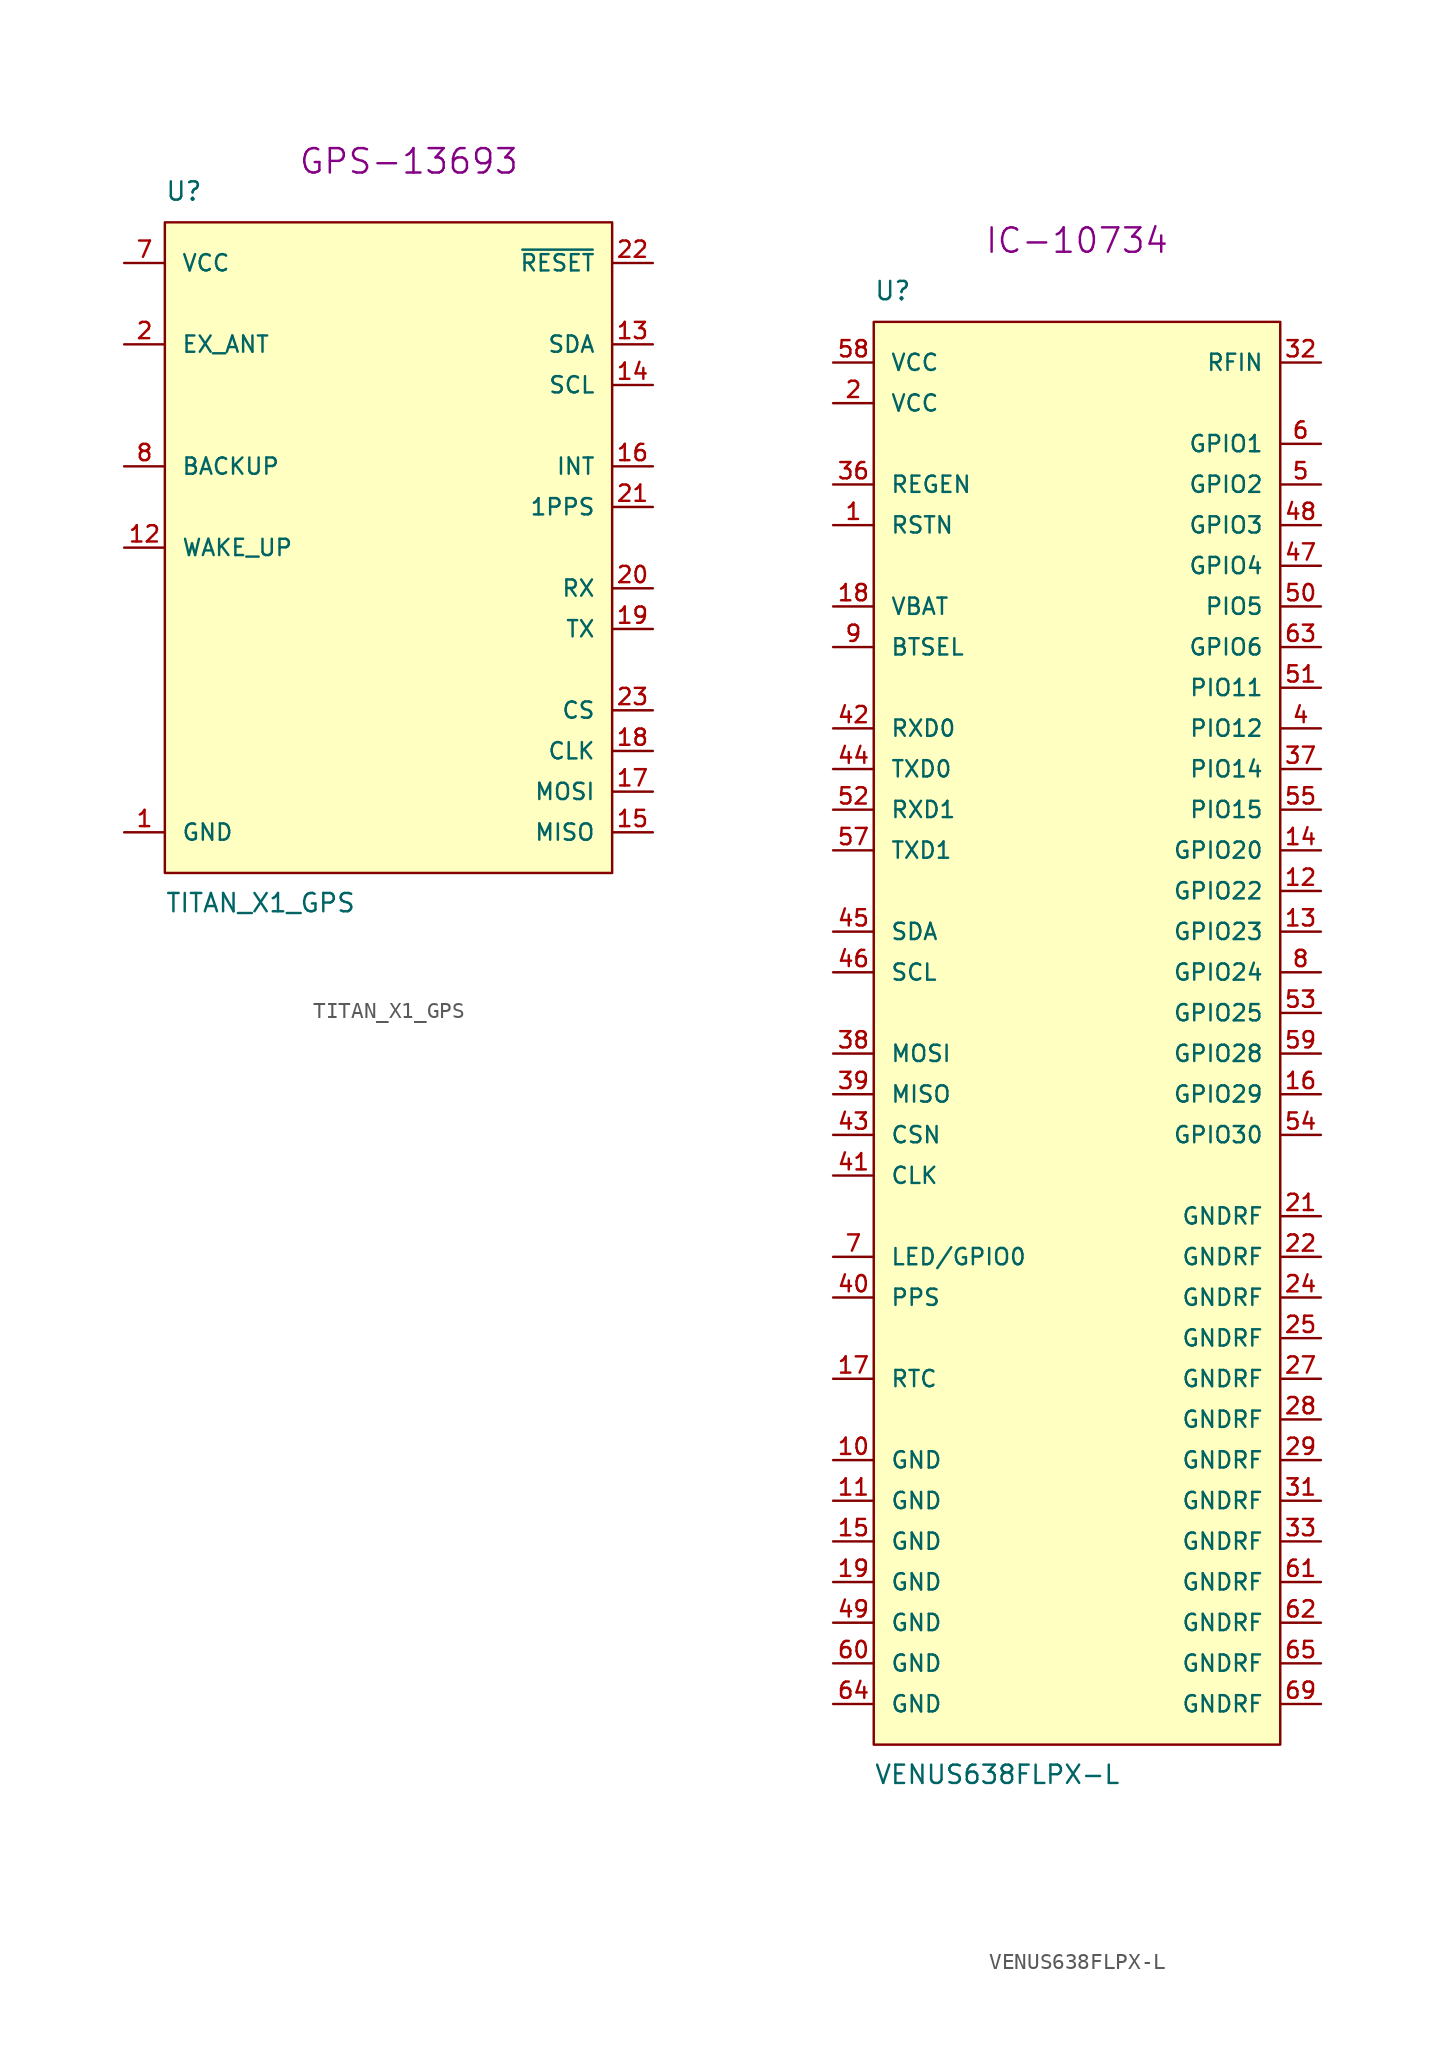
<source format=kicad_sym>
(kicad_symbol_lib
  (version 20211014)
  (generator kicad_symbol_editor)
  (symbol "TITAN_X1_GPS"
    (pin_names
      (offset 1.016))
    (property "Reference" "U"
      (at -15.24 21.59 0)
      (effects (font (size 1.143 1.143)) (justify left bottom)))
    (property "Value" "TITAN_X1_GPS"
      (at -15.24 -22.86 0)
      (effects (font (size 1.143 1.143)) (justify left bottom)))
    (property "Field4" "GPS-13693"
      (at 0 24.13 0)
      (effects (font (size 1.524 1.524))))
    (property "ki_locked" ""
      (at 0 0 0)
      (effects (font (size 1.27 1.27))))
    (symbol "TITAN_X1_GPS_1_1"
      (polyline (pts (xy -15.24 -20.32) (xy -15.24 20.32) (xy 12.7 20.32) (xy 12.7 -20.32) (xy -15.24 -20.32)) (stroke (width 0) (type default) (color 0 0 0 0)) (fill (type background)))
      (pin bidirectional line (at -17.78 -17.78 0) (length 2.54) (name "GND" (effects (font (size 1.016 1.016)))) (number "1" (effects (font (size 1.016 1.016)))))
      (pin bidirectional line (at -17.78 -17.78 0) (length 2.54) hide (name "GND" (effects (font (size 1.016 1.016)))) (number "10" (effects (font (size 1.016 1.016)))))
      (pin bidirectional line (at -17.78 -17.78 0) (length 2.54) hide (name "GND" (effects (font (size 1.016 1.016)))) (number "11" (effects (font (size 1.016 1.016)))))
      (pin bidirectional line (at -17.78 0 0) (length 2.54) (name "WAKE_UP" (effects (font (size 1.016 1.016)))) (number "12" (effects (font (size 1.016 1.016)))))
      (pin bidirectional line (at 15.24 12.7 180) (length 2.54) (name "SDA" (effects (font (size 1.016 1.016)))) (number "13" (effects (font (size 1.016 1.016)))))
      (pin bidirectional line (at 15.24 10.16 180) (length 2.54) (name "SCL" (effects (font (size 1.016 1.016)))) (number "14" (effects (font (size 1.016 1.016)))))
      (pin bidirectional line (at 15.24 -17.78 180) (length 2.54) (name "MISO" (effects (font (size 1.016 1.016)))) (number "15" (effects (font (size 1.016 1.016)))))
      (pin bidirectional line (at 15.24 5.08 180) (length 2.54) (name "INT" (effects (font (size 1.016 1.016)))) (number "16" (effects (font (size 1.016 1.016)))))
      (pin bidirectional line (at 15.24 -15.24 180) (length 2.54) (name "MOSI" (effects (font (size 1.016 1.016)))) (number "17" (effects (font (size 1.016 1.016)))))
      (pin bidirectional line (at 15.24 -12.7 180) (length 2.54) (name "CLK" (effects (font (size 1.016 1.016)))) (number "18" (effects (font (size 1.016 1.016)))))
      (pin bidirectional line (at 15.24 -5.08 180) (length 2.54) (name "TX" (effects (font (size 1.016 1.016)))) (number "19" (effects (font (size 1.016 1.016)))))
      (pin bidirectional line (at -17.78 12.7 0) (length 2.54) (name "EX_ANT" (effects (font (size 1.016 1.016)))) (number "2" (effects (font (size 1.016 1.016)))))
      (pin bidirectional line (at 15.24 -2.54 180) (length 2.54) (name "RX" (effects (font (size 1.016 1.016)))) (number "20" (effects (font (size 1.016 1.016)))))
      (pin bidirectional line (at 15.24 2.54 180) (length 2.54) (name "1PPS" (effects (font (size 1.016 1.016)))) (number "21" (effects (font (size 1.016 1.016)))))
      (pin bidirectional line (at 15.24 17.78 180) (length 2.54) (name "~{RESET}" (effects (font (size 1.016 1.016)))) (number "22" (effects (font (size 1.016 1.016)))))
      (pin bidirectional line (at 15.24 -10.16 180) (length 2.54) (name "CS" (effects (font (size 1.016 1.016)))) (number "23" (effects (font (size 1.016 1.016)))))
      (pin bidirectional line (at -17.78 -17.78 0) (length 2.54) hide (name "GND" (effects (font (size 1.016 1.016)))) (number "24" (effects (font (size 1.016 1.016)))))
      (pin bidirectional line (at -17.78 -17.78 0) (length 2.54) hide (name "GND" (effects (font (size 1.016 1.016)))) (number "3" (effects (font (size 1.016 1.016)))))
      (pin bidirectional line (at -17.78 -17.78 0) (length 2.54) hide (name "GND" (effects (font (size 1.016 1.016)))) (number "4" (effects (font (size 1.016 1.016)))))
      (pin bidirectional line (at -17.78 -17.78 0) (length 2.54) hide (name "GND" (effects (font (size 1.016 1.016)))) (number "5" (effects (font (size 1.016 1.016)))))
      (pin bidirectional line (at -17.78 -17.78 0) (length 2.54) hide (name "GND" (effects (font (size 1.016 1.016)))) (number "6" (effects (font (size 1.016 1.016)))))
      (pin bidirectional line (at -17.78 17.78 0) (length 2.54) (name "VCC" (effects (font (size 1.016 1.016)))) (number "7" (effects (font (size 1.016 1.016)))))
      (pin bidirectional line (at -17.78 5.08 0) (length 2.54) (name "BACKUP" (effects (font (size 1.016 1.016)))) (number "8" (effects (font (size 1.016 1.016)))))
      (pin bidirectional line (at -17.78 -17.78 0) (length 2.54) hide (name "GND" (effects (font (size 1.016 1.016)))) (number "9" (effects (font (size 1.016 1.016)))))))
  (symbol "VENUS638FLPX-L"
    (pin_names
      (offset 1.016))
    (property "Reference" "U"
      (at -12.7 41.91 0)
      (effects (font (size 1.143 1.143)) (justify left bottom)))
    (property "Value" "VENUS638FLPX-L"
      (at -12.7 -50.8 0)
      (effects (font (size 1.143 1.143)) (justify left bottom)))
    (property "Field4" "IC-10734"
      (at 0 45.72 0)
      (effects (font (size 1.524 1.524))))
    (property "ki_locked" ""
      (at 0 0 0)
      (effects (font (size 1.27 1.27))))
    (symbol "VENUS638FLPX-L_1_1"
      (polyline (pts (xy -12.7 -48.26) (xy 12.7 -48.26) (xy 12.7 40.64) (xy -12.7 40.64) (xy -12.7 -48.26)) (stroke (width 0) (type default) (color 0 0 0 0)) (fill (type background)))
      (pin bidirectional line (at -15.24 27.94 0) (length 2.54) (name "RSTN" (effects (font (size 1.016 1.016)))) (number "1" (effects (font (size 1.016 1.016)))))
      (pin bidirectional line (at -15.24 -30.48 0) (length 2.54) (name "GND" (effects (font (size 1.016 1.016)))) (number "10" (effects (font (size 1.016 1.016)))))
      (pin bidirectional line (at -15.24 -33.02 0) (length 2.54) (name "GND" (effects (font (size 1.016 1.016)))) (number "11" (effects (font (size 1.016 1.016)))))
      (pin bidirectional line (at 15.24 5.08 180) (length 2.54) (name "GPIO22" (effects (font (size 1.016 1.016)))) (number "12" (effects (font (size 1.016 1.016)))))
      (pin bidirectional line (at 15.24 2.54 180) (length 2.54) (name "GPIO23" (effects (font (size 1.016 1.016)))) (number "13" (effects (font (size 1.016 1.016)))))
      (pin bidirectional line (at 15.24 7.62 180) (length 2.54) (name "GPIO20" (effects (font (size 1.016 1.016)))) (number "14" (effects (font (size 1.016 1.016)))))
      (pin bidirectional line (at -15.24 -35.56 0) (length 2.54) (name "GND" (effects (font (size 1.016 1.016)))) (number "15" (effects (font (size 1.016 1.016)))))
      (pin bidirectional line (at 15.24 -7.62 180) (length 2.54) (name "GPIO29" (effects (font (size 1.016 1.016)))) (number "16" (effects (font (size 1.016 1.016)))))
      (pin bidirectional line (at -15.24 -25.4 0) (length 2.54) (name "RTC" (effects (font (size 1.016 1.016)))) (number "17" (effects (font (size 1.016 1.016)))))
      (pin bidirectional line (at -15.24 22.86 0) (length 2.54) (name "VBAT" (effects (font (size 1.016 1.016)))) (number "18" (effects (font (size 1.016 1.016)))))
      (pin bidirectional line (at -15.24 -38.1 0) (length 2.54) (name "GND" (effects (font (size 1.016 1.016)))) (number "19" (effects (font (size 1.016 1.016)))))
      (pin bidirectional line (at -15.24 35.56 0) (length 2.54) (name "VCC" (effects (font (size 1.016 1.016)))) (number "2" (effects (font (size 1.016 1.016)))))
      (pin bidirectional line (at 15.24 -15.24 180) (length 2.54) (name "GNDRF" (effects (font (size 1.016 1.016)))) (number "21" (effects (font (size 1.016 1.016)))))
      (pin bidirectional line (at 15.24 -17.78 180) (length 2.54) (name "GNDRF" (effects (font (size 1.016 1.016)))) (number "22" (effects (font (size 1.016 1.016)))))
      (pin bidirectional line (at 15.24 -20.32 180) (length 2.54) (name "GNDRF" (effects (font (size 1.016 1.016)))) (number "24" (effects (font (size 1.016 1.016)))))
      (pin bidirectional line (at 15.24 -22.86 180) (length 2.54) (name "GNDRF" (effects (font (size 1.016 1.016)))) (number "25" (effects (font (size 1.016 1.016)))))
      (pin bidirectional line (at 15.24 -25.4 180) (length 2.54) (name "GNDRF" (effects (font (size 1.016 1.016)))) (number "27" (effects (font (size 1.016 1.016)))))
      (pin bidirectional line (at 15.24 -27.94 180) (length 2.54) (name "GNDRF" (effects (font (size 1.016 1.016)))) (number "28" (effects (font (size 1.016 1.016)))))
      (pin bidirectional line (at 15.24 -30.48 180) (length 2.54) (name "GNDRF" (effects (font (size 1.016 1.016)))) (number "29" (effects (font (size 1.016 1.016)))))
      (pin bidirectional line (at 15.24 -33.02 180) (length 2.54) (name "GNDRF" (effects (font (size 1.016 1.016)))) (number "31" (effects (font (size 1.016 1.016)))))
      (pin bidirectional line (at 15.24 38.1 180) (length 2.54) (name "RFIN" (effects (font (size 1.016 1.016)))) (number "32" (effects (font (size 1.016 1.016)))))
      (pin bidirectional line (at 15.24 -35.56 180) (length 2.54) (name "GNDRF" (effects (font (size 1.016 1.016)))) (number "33" (effects (font (size 1.016 1.016)))))
      (pin bidirectional line (at -15.24 30.48 0) (length 2.54) (name "REGEN" (effects (font (size 1.016 1.016)))) (number "36" (effects (font (size 1.016 1.016)))))
      (pin bidirectional line (at 15.24 12.7 180) (length 2.54) (name "PIO14" (effects (font (size 1.016 1.016)))) (number "37" (effects (font (size 1.016 1.016)))))
      (pin bidirectional line (at -15.24 -5.08 0) (length 2.54) (name "MOSI" (effects (font (size 1.016 1.016)))) (number "38" (effects (font (size 1.016 1.016)))))
      (pin bidirectional line (at -15.24 -7.62 0) (length 2.54) (name "MISO" (effects (font (size 1.016 1.016)))) (number "39" (effects (font (size 1.016 1.016)))))
      (pin bidirectional line (at 15.24 15.24 180) (length 2.54) (name "PIO12" (effects (font (size 1.016 1.016)))) (number "4" (effects (font (size 1.016 1.016)))))
      (pin bidirectional line (at -15.24 -20.32 0) (length 2.54) (name "PPS" (effects (font (size 1.016 1.016)))) (number "40" (effects (font (size 1.016 1.016)))))
      (pin bidirectional line (at -15.24 -12.7 0) (length 2.54) (name "CLK" (effects (font (size 1.016 1.016)))) (number "41" (effects (font (size 1.016 1.016)))))
      (pin bidirectional line (at -15.24 15.24 0) (length 2.54) (name "RXD0" (effects (font (size 1.016 1.016)))) (number "42" (effects (font (size 1.016 1.016)))))
      (pin bidirectional line (at -15.24 -10.16 0) (length 2.54) (name "CSN" (effects (font (size 1.016 1.016)))) (number "43" (effects (font (size 1.016 1.016)))))
      (pin bidirectional line (at -15.24 12.7 0) (length 2.54) (name "TXD0" (effects (font (size 1.016 1.016)))) (number "44" (effects (font (size 1.016 1.016)))))
      (pin bidirectional line (at -15.24 2.54 0) (length 2.54) (name "SDA" (effects (font (size 1.016 1.016)))) (number "45" (effects (font (size 1.016 1.016)))))
      (pin bidirectional line (at -15.24 0 0) (length 2.54) (name "SCL" (effects (font (size 1.016 1.016)))) (number "46" (effects (font (size 1.016 1.016)))))
      (pin bidirectional line (at 15.24 25.4 180) (length 2.54) (name "GPIO4" (effects (font (size 1.016 1.016)))) (number "47" (effects (font (size 1.016 1.016)))))
      (pin bidirectional line (at 15.24 27.94 180) (length 2.54) (name "GPIO3" (effects (font (size 1.016 1.016)))) (number "48" (effects (font (size 1.016 1.016)))))
      (pin bidirectional line (at -15.24 -40.64 0) (length 2.54) (name "GND" (effects (font (size 1.016 1.016)))) (number "49" (effects (font (size 1.016 1.016)))))
      (pin bidirectional line (at 15.24 30.48 180) (length 2.54) (name "GPIO2" (effects (font (size 1.016 1.016)))) (number "5" (effects (font (size 1.016 1.016)))))
      (pin bidirectional line (at 15.24 22.86 180) (length 2.54) (name "PIO5" (effects (font (size 1.016 1.016)))) (number "50" (effects (font (size 1.016 1.016)))))
      (pin bidirectional line (at 15.24 17.78 180) (length 2.54) (name "PIO11" (effects (font (size 1.016 1.016)))) (number "51" (effects (font (size 1.016 1.016)))))
      (pin bidirectional line (at -15.24 10.16 0) (length 2.54) (name "RXD1" (effects (font (size 1.016 1.016)))) (number "52" (effects (font (size 1.016 1.016)))))
      (pin bidirectional line (at 15.24 -2.54 180) (length 2.54) (name "GPIO25" (effects (font (size 1.016 1.016)))) (number "53" (effects (font (size 1.016 1.016)))))
      (pin bidirectional line (at 15.24 -10.16 180) (length 2.54) (name "GPIO30" (effects (font (size 1.016 1.016)))) (number "54" (effects (font (size 1.016 1.016)))))
      (pin bidirectional line (at 15.24 10.16 180) (length 2.54) (name "PIO15" (effects (font (size 1.016 1.016)))) (number "55" (effects (font (size 1.016 1.016)))))
      (pin bidirectional line (at -15.24 7.62 0) (length 2.54) (name "TXD1" (effects (font (size 1.016 1.016)))) (number "57" (effects (font (size 1.016 1.016)))))
      (pin bidirectional line (at -15.24 38.1 0) (length 2.54) (name "VCC" (effects (font (size 1.016 1.016)))) (number "58" (effects (font (size 1.016 1.016)))))
      (pin bidirectional line (at 15.24 -5.08 180) (length 2.54) (name "GPIO28" (effects (font (size 1.016 1.016)))) (number "59" (effects (font (size 1.016 1.016)))))
      (pin bidirectional line (at 15.24 33.02 180) (length 2.54) (name "GPIO1" (effects (font (size 1.016 1.016)))) (number "6" (effects (font (size 1.016 1.016)))))
      (pin bidirectional line (at -15.24 -43.18 0) (length 2.54) (name "GND" (effects (font (size 1.016 1.016)))) (number "60" (effects (font (size 1.016 1.016)))))
      (pin bidirectional line (at 15.24 -38.1 180) (length 2.54) (name "GNDRF" (effects (font (size 1.016 1.016)))) (number "61" (effects (font (size 1.016 1.016)))))
      (pin bidirectional line (at 15.24 -40.64 180) (length 2.54) (name "GNDRF" (effects (font (size 1.016 1.016)))) (number "62" (effects (font (size 1.016 1.016)))))
      (pin bidirectional line (at 15.24 20.32 180) (length 2.54) (name "GPIO6" (effects (font (size 1.016 1.016)))) (number "63" (effects (font (size 1.016 1.016)))))
      (pin bidirectional line (at -15.24 -45.72 0) (length 2.54) (name "GND" (effects (font (size 1.016 1.016)))) (number "64" (effects (font (size 1.016 1.016)))))
      (pin bidirectional line (at 15.24 -43.18 180) (length 2.54) (name "GNDRF" (effects (font (size 1.016 1.016)))) (number "65" (effects (font (size 1.016 1.016)))))
      (pin bidirectional line (at 15.24 -45.72 180) (length 2.54) (name "GNDRF" (effects (font (size 1.016 1.016)))) (number "69" (effects (font (size 1.016 1.016)))))
      (pin bidirectional line (at -15.24 -17.78 0) (length 2.54) (name "LED/GPIO0" (effects (font (size 1.016 1.016)))) (number "7" (effects (font (size 1.016 1.016)))))
      (pin bidirectional line (at 15.24 0 180) (length 2.54) (name "GPIO24" (effects (font (size 1.016 1.016)))) (number "8" (effects (font (size 1.016 1.016)))))
      (pin bidirectional line (at -15.24 20.32 0) (length 2.54) (name "BTSEL" (effects (font (size 1.016 1.016)))) (number "9" (effects (font (size 1.016 1.016))))))))
</source>
